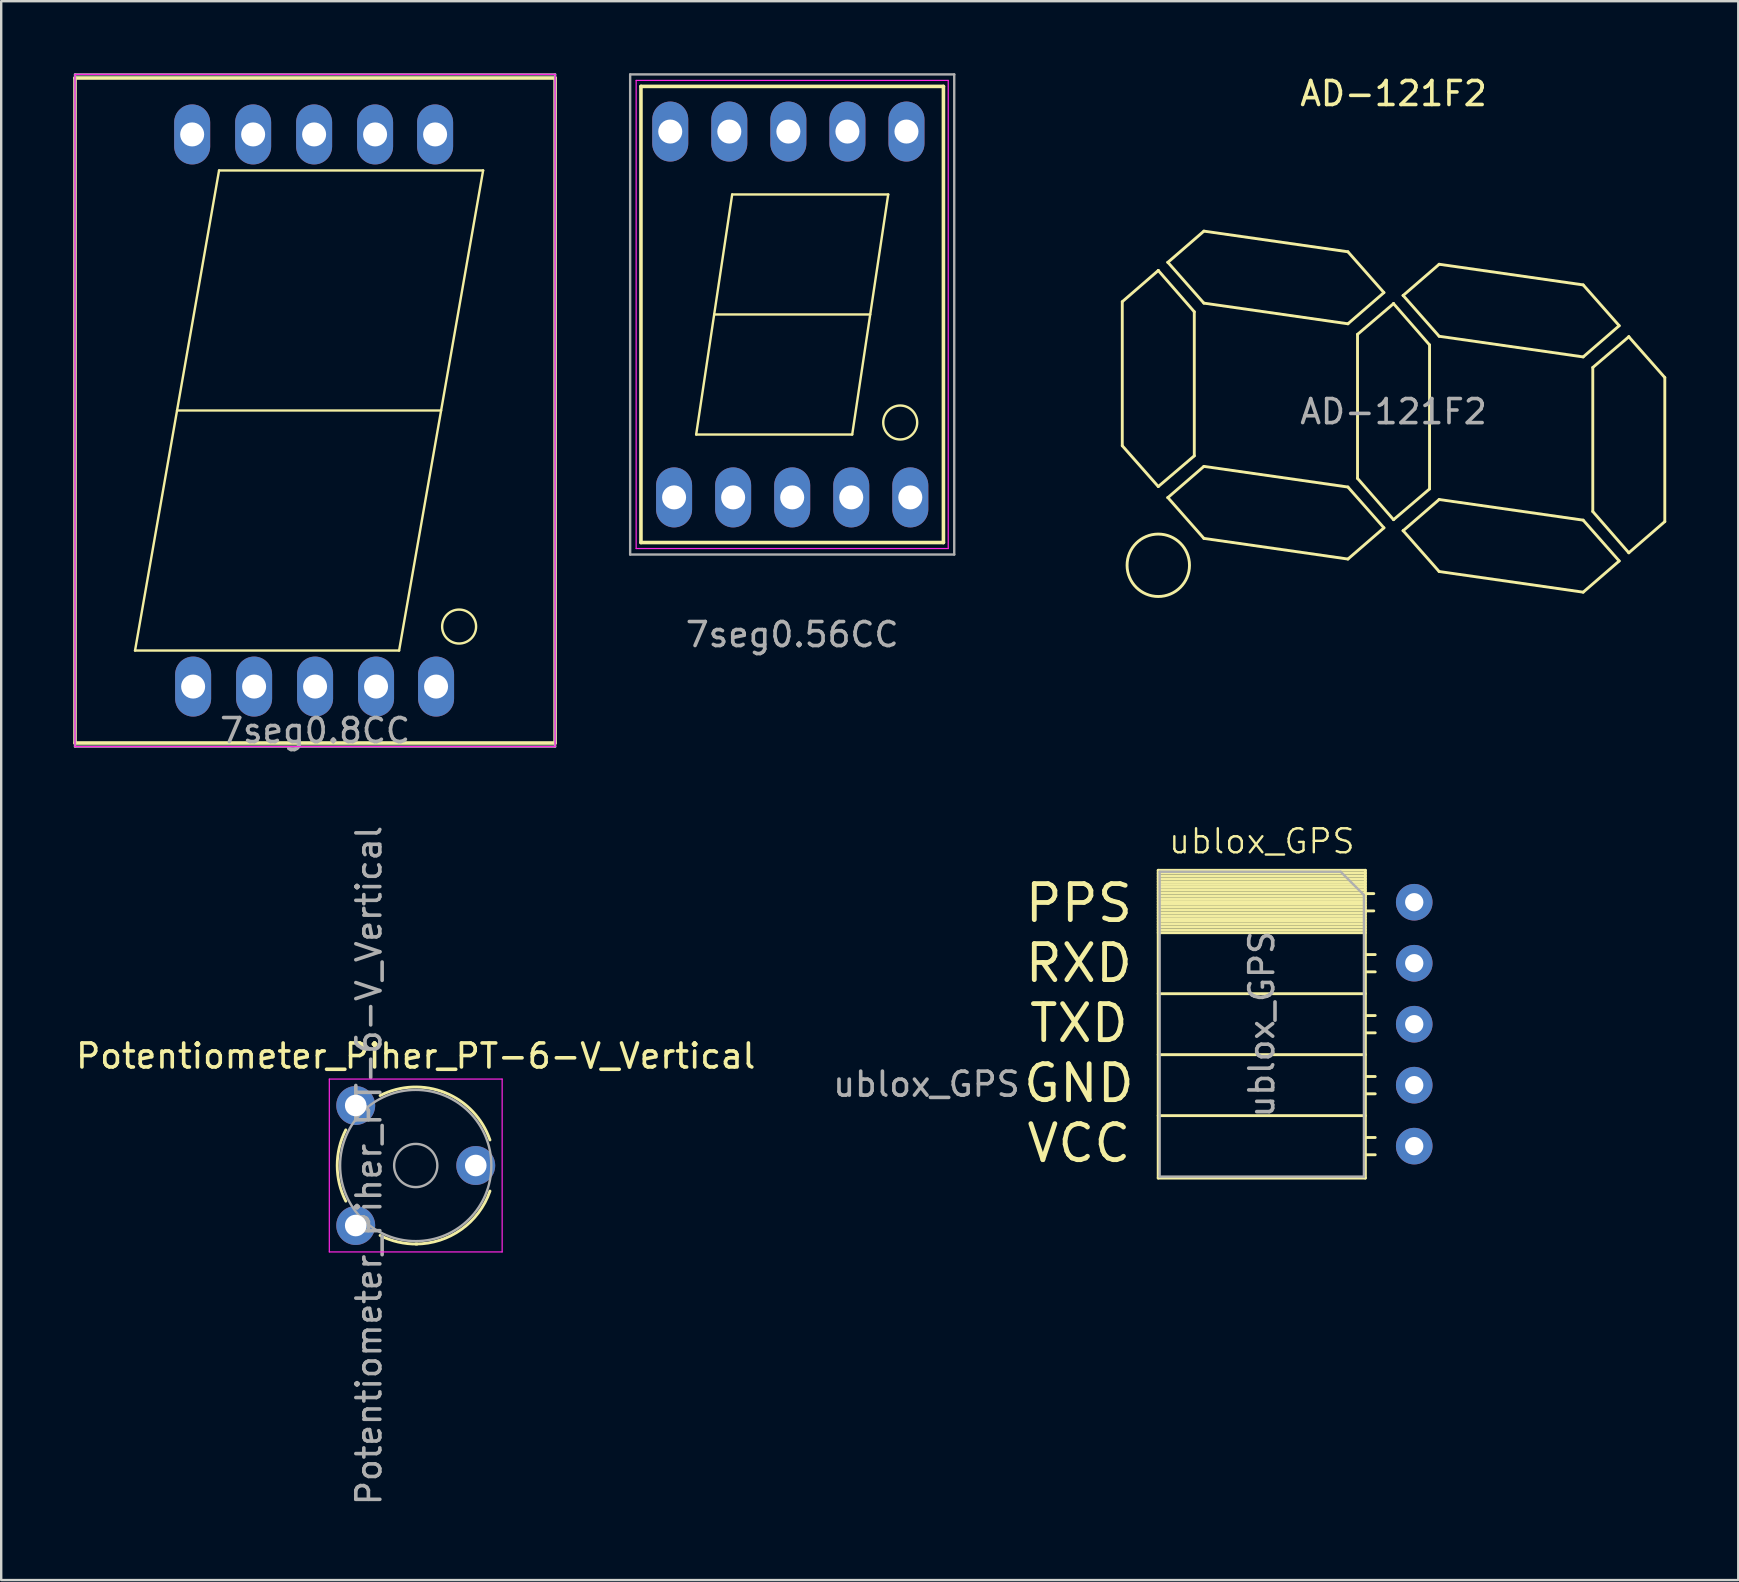
<source format=kicad_pcb>
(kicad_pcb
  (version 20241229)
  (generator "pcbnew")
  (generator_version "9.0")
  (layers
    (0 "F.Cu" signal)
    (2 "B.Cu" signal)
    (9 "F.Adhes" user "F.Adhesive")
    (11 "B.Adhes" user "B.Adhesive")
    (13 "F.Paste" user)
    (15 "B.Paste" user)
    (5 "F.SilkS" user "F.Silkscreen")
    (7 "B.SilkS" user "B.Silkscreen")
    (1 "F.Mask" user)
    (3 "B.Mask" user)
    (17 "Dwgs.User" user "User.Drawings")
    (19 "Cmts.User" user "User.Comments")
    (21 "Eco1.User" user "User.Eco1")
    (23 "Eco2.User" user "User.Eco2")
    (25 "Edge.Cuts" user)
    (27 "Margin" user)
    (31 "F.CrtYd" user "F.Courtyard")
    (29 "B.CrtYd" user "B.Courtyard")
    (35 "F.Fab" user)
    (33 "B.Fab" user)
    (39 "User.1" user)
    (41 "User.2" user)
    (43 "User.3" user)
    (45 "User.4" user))
  (footprint "AD-121F2"
    (layer "F.Cu")
    (at 40 5.348)
    (property "Reference" "AD-121F2" (at 15 -4.5 0) (layer "F.SilkS") (effects (font (size 1 1) (thickness 0.15))))
    (attr through_hole)
    (fp_line (start 3.7 4.17) (end 5.2 2.87) (stroke (width 0.12) (type solid)) (layer "F.SilkS"))
    (fp_line (start 3.7 10.17) (end 3.7 4.17) (stroke (width 0.12) (type solid)) (layer "F.SilkS"))
    (fp_line (start 5.2 2.87) (end 5.2 2.87) (stroke (width 0.12) (type solid)) (layer "F.SilkS"))
    (fp_line (start 5.2 2.87) (end 6.7 4.59) (stroke (width 0.12) (type solid)) (layer "F.SilkS"))
    (fp_line (start 5.2 11.87) (end 3.7 10.17) (stroke (width 0.12) (type solid)) (layer "F.SilkS"))
    (fp_line (start 5.6 2.53) (end 5.6 2.53) (stroke (width 0.12) (type solid)) (layer "F.SilkS"))
    (fp_line (start 5.6 2.53) (end 7.1 4.23) (stroke (width 0.12) (type solid)) (layer "F.SilkS"))
    (fp_line (start 5.6 12.33) (end 5.6 12.33) (stroke (width 0.12) (type solid)) (layer "F.SilkS"))
    (fp_line (start 5.6 12.33) (end 7.1 14.03) (stroke (width 0.12) (type solid)) (layer "F.SilkS"))
    (fp_line (start 6.7 4.59) (end 6.7 10.59) (stroke (width 0.12) (type solid)) (layer "F.SilkS"))
    (fp_line (start 6.7 10.59) (end 5.2 11.87) (stroke (width 0.12) (type solid)) (layer "F.SilkS"))
    (fp_line (start 7.1 1.23) (end 5.6 2.53) (stroke (width 0.12) (type solid)) (layer "F.SilkS"))
    (fp_line (start 7.1 4.23) (end 13.1 5.09) (stroke (width 0.12) (type solid)) (layer "F.SilkS"))
    (fp_line (start 7.1 11.03) (end 5.6 12.33) (stroke (width 0.12) (type solid)) (layer "F.SilkS"))
    (fp_line (start 7.1 14.03) (end 13.1 14.89) (stroke (width 0.12) (type solid)) (layer "F.SilkS"))
    (fp_line (start 13.1 2.09) (end 7.1 1.23) (stroke (width 0.12) (type solid)) (layer "F.SilkS"))
    (fp_line (start 13.1 5.09) (end 14.6 3.79) (stroke (width 0.12) (type solid)) (layer "F.SilkS"))
    (fp_line (start 13.1 11.89) (end 7.1 11.03) (stroke (width 0.12) (type solid)) (layer "F.SilkS"))
    (fp_line (start 13.1 14.89) (end 14.6 13.59) (stroke (width 0.12) (type solid)) (layer "F.SilkS"))
    (fp_line (start 13.5 5.53) (end 15 4.25) (stroke (width 0.12) (type solid)) (layer "F.SilkS"))
    (fp_line (start 13.5 11.53) (end 13.5 5.53) (stroke (width 0.12) (type solid)) (layer "F.SilkS"))
    (fp_line (start 14.6 3.79) (end 13.1 2.09) (stroke (width 0.12) (type solid)) (layer "F.SilkS"))
    (fp_line (start 14.6 13.59) (end 13.1 11.89) (stroke (width 0.12) (type solid)) (layer "F.SilkS"))
    (fp_line (start 15 4.25) (end 15 4.25) (stroke (width 0.12) (type solid)) (layer "F.SilkS"))
    (fp_line (start 15 4.25) (end 16.5 5.97) (stroke (width 0.12) (type solid)) (layer "F.SilkS"))
    (fp_line (start 15 13.25) (end 13.5 11.53) (stroke (width 0.12) (type solid)) (layer "F.SilkS"))
    (fp_line (start 15.4 3.91) (end 15.4 3.91) (stroke (width 0.12) (type solid)) (layer "F.SilkS"))
    (fp_line (start 15.4 3.91) (end 16.9 5.61) (stroke (width 0.12) (type solid)) (layer "F.SilkS"))
    (fp_line (start 15.4 13.71) (end 15.4 13.71) (stroke (width 0.12) (type solid)) (layer "F.SilkS"))
    (fp_line (start 15.4 13.71) (end 16.9 15.41) (stroke (width 0.12) (type solid)) (layer "F.SilkS"))
    (fp_line (start 16.5 5.97) (end 16.5 11.97) (stroke (width 0.12) (type solid)) (layer "F.SilkS"))
    (fp_line (start 16.5 11.97) (end 15 13.25) (stroke (width 0.12) (type solid)) (layer "F.SilkS"))
    (fp_line (start 16.9 2.61) (end 15.4 3.91) (stroke (width 0.12) (type solid)) (layer "F.SilkS"))
    (fp_line (start 16.9 5.61) (end 22.9 6.47) (stroke (width 0.12) (type solid)) (layer "F.SilkS"))
    (fp_line (start 16.9 12.41) (end 15.4 13.71) (stroke (width 0.12) (type solid)) (layer "F.SilkS"))
    (fp_line (start 16.9 15.41) (end 22.9 16.27) (stroke (width 0.12) (type solid)) (layer "F.SilkS"))
    (fp_line (start 22.9 3.47) (end 16.9 2.61) (stroke (width 0.12) (type solid)) (layer "F.SilkS"))
    (fp_line (start 22.9 6.47) (end 24.4 5.17) (stroke (width 0.12) (type solid)) (layer "F.SilkS"))
    (fp_line (start 22.9 13.27) (end 16.9 12.41) (stroke (width 0.12) (type solid)) (layer "F.SilkS"))
    (fp_line (start 22.9 16.27) (end 24.4 14.97) (stroke (width 0.12) (type solid)) (layer "F.SilkS"))
    (fp_line (start 23.3 6.91) (end 24.8 5.63) (stroke (width 0.12) (type solid)) (layer "F.SilkS"))
    (fp_line (start 23.3 12.91) (end 23.3 6.91) (stroke (width 0.12) (type solid)) (layer "F.SilkS"))
    (fp_line (start 24.4 5.17) (end 22.9 3.47) (stroke (width 0.12) (type solid)) (layer "F.SilkS"))
    (fp_line (start 24.4 14.97) (end 22.9 13.27) (stroke (width 0.12) (type solid)) (layer "F.SilkS"))
    (fp_line (start 24.8 5.63) (end 24.8 5.63) (stroke (width 0.12) (type solid)) (layer "F.SilkS"))
    (fp_line (start 24.8 5.63) (end 26.3 7.33) (stroke (width 0.12) (type solid)) (layer "F.SilkS"))
    (fp_line (start 24.8 14.63) (end 23.3 12.91) (stroke (width 0.12) (type solid)) (layer "F.SilkS"))
    (fp_line (start 26.3 7.33) (end 26.3 13.33) (stroke (width 0.12) (type solid)) (layer "F.SilkS"))
    (fp_line (start 26.3 13.33) (end 24.8 14.63) (stroke (width 0.12) (type solid)) (layer "F.SilkS"))
    (fp_circle (center 5.2 15.15) (end 6.5 15.15) (stroke (width 0.12) (type solid)) (fill no) (layer "F.SilkS"))
    (fp_text user "${REFERENCE}" (at 15 8.75 0) (layer "F.Fab") (effects (font (size 1 1) (thickness 0.15)))))
  (footprint "ublox_GPS"
    (layer "F.Cu")
    (at 35.542 39.614)
    (property "Reference" "ublox_GPS" (at 13.97 -7.62 0) (unlocked yes) (layer "F.SilkS") (effects (font (size 1 1) (thickness 0.1))))
    (attr through_hole)
    (fp_line (start 9.655 -6.41) (end 9.655 6.41) (stroke (width 0.12) (type solid)) (layer "F.SilkS"))
    (fp_line (start 9.655 -6.41) (end 18.285 -6.41) (stroke (width 0.12) (type solid)) (layer "F.SilkS"))
    (fp_line (start 9.655 -6.29) (end 18.285 -6.29) (stroke (width 0.12) (type solid)) (layer "F.SilkS"))
    (fp_line (start 9.655 -6.172) (end 18.285 -6.172) (stroke (width 0.12) (type solid)) (layer "F.SilkS"))
    (fp_line (start 9.655 -6.054) (end 18.285 -6.054) (stroke (width 0.12) (type solid)) (layer "F.SilkS"))
    (fp_line (start 9.655 -5.936) (end 18.285 -5.936) (stroke (width 0.12) (type solid)) (layer "F.SilkS"))
    (fp_line (start 9.655 -5.818) (end 18.285 -5.818) (stroke (width 0.12) (type solid)) (layer "F.SilkS"))
    (fp_line (start 9.655 -5.7) (end 18.285 -5.7) (stroke (width 0.12) (type solid)) (layer "F.SilkS"))
    (fp_line (start 9.655 -5.581) (end 18.285 -5.581) (stroke (width 0.12) (type solid)) (layer "F.SilkS"))
    (fp_line (start 9.655 -5.463) (end 18.285 -5.463) (stroke (width 0.12) (type solid)) (layer "F.SilkS"))
    (fp_line (start 9.655 -5.345) (end 18.285 -5.345) (stroke (width 0.12) (type solid)) (layer "F.SilkS"))
    (fp_line (start 9.655 -5.227) (end 18.285 -5.227) (stroke (width 0.12) (type solid)) (layer "F.SilkS"))
    (fp_line (start 9.655 -5.109) (end 18.285 -5.109) (stroke (width 0.12) (type solid)) (layer "F.SilkS"))
    (fp_line (start 9.655 -4.991) (end 18.285 -4.991) (stroke (width 0.12) (type solid)) (layer "F.SilkS"))
    (fp_line (start 9.655 -4.873) (end 18.285 -4.873) (stroke (width 0.12) (type solid)) (layer "F.SilkS"))
    (fp_line (start 9.655 -4.755) (end 18.285 -4.755) (stroke (width 0.12) (type solid)) (layer "F.SilkS"))
    (fp_line (start 9.655 -4.637) (end 18.285 -4.637) (stroke (width 0.12) (type solid)) (layer "F.SilkS"))
    (fp_line (start 9.655 -4.519) (end 18.285 -4.519) (stroke (width 0.12) (type solid)) (layer "F.SilkS"))
    (fp_line (start 9.655 -4.4) (end 18.285 -4.4) (stroke (width 0.12) (type solid)) (layer "F.SilkS"))
    (fp_line (start 9.655 -4.282) (end 18.285 -4.282) (stroke (width 0.12) (type solid)) (layer "F.SilkS"))
    (fp_line (start 9.655 -4.164) (end 18.285 -4.164) (stroke (width 0.12) (type solid)) (layer "F.SilkS"))
    (fp_line (start 9.655 -4.046) (end 18.285 -4.046) (stroke (width 0.12) (type solid)) (layer "F.SilkS"))
    (fp_line (start 9.655 -3.928) (end 18.285 -3.928) (stroke (width 0.12) (type solid)) (layer "F.SilkS"))
    (fp_line (start 9.655 -3.81) (end 18.285 -3.81) (stroke (width 0.12) (type solid)) (layer "F.SilkS"))
    (fp_line (start 9.655 -1.27) (end 18.285 -1.27) (stroke (width 0.12) (type solid)) (layer "F.SilkS"))
    (fp_line (start 9.655 1.27) (end 18.285 1.27) (stroke (width 0.12) (type solid)) (layer "F.SilkS"))
    (fp_line (start 9.655 3.81) (end 18.285 3.81) (stroke (width 0.12) (type solid)) (layer "F.SilkS"))
    (fp_line (start 9.655 6.41) (end 18.285 6.41) (stroke (width 0.12) (type solid)) (layer "F.SilkS"))
    (fp_line (start 18.285 -6.41) (end 18.285 6.41) (stroke (width 0.12) (type solid)) (layer "F.SilkS"))
    (fp_line (start 18.285 -5.44) (end 18.635 -5.44) (stroke (width 0.12) (type solid)) (layer "F.SilkS"))
    (fp_line (start 18.285 -4.72) (end 18.635 -4.72) (stroke (width 0.12) (type solid)) (layer "F.SilkS"))
    (fp_line (start 18.285 -2.9) (end 18.695 -2.9) (stroke (width 0.12) (type solid)) (layer "F.SilkS"))
    (fp_line (start 18.285 -2.18) (end 18.695 -2.18) (stroke (width 0.12) (type solid)) (layer "F.SilkS"))
    (fp_line (start 18.285 -0.36) (end 18.695 -0.36) (stroke (width 0.12) (type solid)) (layer "F.SilkS"))
    (fp_line (start 18.285 0.36) (end 18.695 0.36) (stroke (width 0.12) (type solid)) (layer "F.SilkS"))
    (fp_line (start 18.285 2.18) (end 18.695 2.18) (stroke (width 0.12) (type solid)) (layer "F.SilkS"))
    (fp_line (start 18.285 2.9) (end 18.695 2.9) (stroke (width 0.12) (type solid)) (layer "F.SilkS"))
    (fp_line (start 18.285 4.72) (end 18.695 4.72) (stroke (width 0.12) (type solid)) (layer "F.SilkS"))
    (fp_line (start 18.285 5.44) (end 18.695 5.44) (stroke (width 0.12) (type solid)) (layer "F.SilkS"))
    (fp_line (start 9.715 -6.35) (end 17.255 -6.35) (stroke (width 0.1) (type solid)) (layer "F.Fab"))
    (fp_line (start 9.715 6.35) (end 9.715 -6.35) (stroke (width 0.1) (type solid)) (layer "F.Fab"))
    (fp_line (start 17.255 -6.35) (end 18.225 -5.38) (stroke (width 0.1) (type solid)) (layer "F.Fab"))
    (fp_line (start 18.225 -5.38) (end 18.225 6.35) (stroke (width 0.1) (type solid)) (layer "F.Fab"))
    (fp_line (start 18.225 6.35) (end 9.715 6.35) (stroke (width 0.1) (type solid)) (layer "F.Fab"))
    (fp_text user "GND" (at 6.35 2.46 0) (layer "F.SilkS") (effects (font (size 1.5 1.5) (thickness 0.2))))
    (fp_text user "RXD" (at 6.35 -2.54 0) (layer "F.SilkS") (effects (font (size 1.5 1.5) (thickness 0.2))))
    (fp_text user "PPS" (at 6.35 -5.04 0) (layer "F.SilkS") (effects (font (size 1.5 1.5) (thickness 0.2))))
    (fp_text user "VCC" (at 6.35 4.96 0) (layer "F.SilkS") (effects (font (size 1.5 1.5) (thickness 0.2))))
    (fp_text user "TXD" (at 6.35 -0.04 0) (layer "F.SilkS") (effects (font (size 1.5 1.5) (thickness 0.2))))
    (fp_text user "${REFERENCE}" (at 0 2.5 0) (unlocked yes) (layer "F.Fab") (effects (font (size 1 1) (thickness 0.15))))
    (fp_text user "${REFERENCE}" (at 13.97 0 90) (layer "F.Fab") (effects (font (size 1 1) (thickness 0.15))))
    (pad "1" thru_hole circle (at 20.32 -5.08) (size 1.524 1.524) (drill 0.762) (layers "*.Cu" "*.Mask"))
    (pad "2" thru_hole circle (at 20.32 -2.54) (size 1.524 1.524) (drill 0.762) (layers "*.Cu" "*.Mask"))
    (pad "3" thru_hole circle (at 20.32 0) (size 1.524 1.524) (drill 0.762) (layers "*.Cu" "*.Mask"))
    (pad "4" thru_hole circle (at 20.32 2.54) (size 1.524 1.524) (drill 0.762) (layers "*.Cu" "*.Mask"))
    (pad "5" thru_hole circle (at 20.32 5.08) (size 1.524 1.524) (drill 0.762) (layers "*.Cu" "*.Mask")))
  (footprint "7seg0.8CC"
    (layer "F.Cu")
    (at 10.075 14.05)
    (property "Reference" "7seg0.8CC" (at 0 13.335 0) (layer "F.Fab") (effects (font (size 1 1) (thickness 0.15))))
    (attr through_hole)
    (fp_line (start -10 -13.85) (end 10 -13.85) (stroke (width 0.15) (type solid)) (layer "F.SilkS"))
    (fp_line (start -10 13.85) (end -10 -13.85) (stroke (width 0.15) (type solid)) (layer "F.SilkS"))
    (fp_line (start -5.75 0) (end 5.25 0) (stroke (width 0.1) (type default)) (layer "F.SilkS"))
    (fp_line (start -4 -10) (end -7.5 10) (stroke (width 0.1) (type default)) (layer "F.SilkS"))
    (fp_line (start -4 -10) (end 7 -10) (stroke (width 0.1) (type default)) (layer "F.SilkS"))
    (fp_line (start 3.5 10) (end -7.5 10) (stroke (width 0.1) (type default)) (layer "F.SilkS"))
    (fp_line (start 7 -10) (end 3.5 10) (stroke (width 0.1) (type default)) (layer "F.SilkS"))
    (fp_line (start 10 -13.85) (end 10 13.85) (stroke (width 0.15) (type solid)) (layer "F.SilkS"))
    (fp_line (start 10 13.85) (end -10 13.85) (stroke (width 0.15) (type solid)) (layer "F.SilkS"))
    (fp_circle (center 6 9) (end 6.5 9.5) (stroke (width 0.1) (type default)) (fill no) (layer "F.SilkS"))
    (fp_line (start -10 -14) (end 10 -14) (stroke (width 0.05) (type default)) (layer "F.CrtYd"))
    (fp_line (start -10 14) (end -10 -14) (stroke (width 0.05) (type default)) (layer "F.CrtYd"))
    (fp_line (start 10 -14) (end 10 14) (stroke (width 0.05) (type default)) (layer "F.CrtYd"))
    (fp_line (start 10 14) (end -10 14) (stroke (width 0.05) (type default)) (layer "F.CrtYd"))
    (fp_line (start -10 -14) (end 10 -14) (stroke (width 0.1) (type default)) (layer "F.Fab"))
    (fp_line (start -10 14) (end -10 -14) (stroke (width 0.1) (type default)) (layer "F.Fab"))
    (fp_line (start 10 -14) (end 10 14) (stroke (width 0.1) (type default)) (layer "F.Fab"))
    (fp_line (start 10 14) (end -10 14) (stroke (width 0.1) (type default)) (layer "F.Fab"))
    (pad "1" thru_hole oval (at -5.08 11.5 180) (size 1.5 2.5) (drill 1) (layers "*.Cu" "*.Mask"))
    (pad "2" thru_hole oval (at -2.54 11.5 180) (size 1.5 2.5) (drill 1) (layers "*.Cu" "*.Mask"))
    (pad "3" thru_hole oval (at 0 11.5 180) (size 1.5 2.5) (drill 1) (layers "*.Cu" "*.Mask"))
    (pad "4" thru_hole oval (at 2.54 11.5 180) (size 1.5 2.5) (drill 1) (layers "*.Cu" "*.Mask"))
    (pad "5" thru_hole oval (at 5.04 11.5 180) (size 1.5 2.5) (drill 1) (layers "*.Cu" "*.Mask"))
    (pad "6" thru_hole oval (at 5 -11.5 180) (size 1.5 2.5) (drill 1) (layers "*.Cu" "*.Mask"))
    (pad "7" thru_hole oval (at 2.5 -11.5 180) (size 1.5 2.5) (drill 1) (layers "*.Cu" "*.Mask"))
    (pad "8" thru_hole oval (at -0.04 -11.5 180) (size 1.5 2.5) (drill 1) (layers "*.Cu" "*.Mask"))
    (pad "9" thru_hole oval (at -2.58 -11.5 180) (size 1.5 2.5) (drill 1) (layers "*.Cu" "*.Mask"))
    (pad "10" thru_hole oval (at -5.12 -11.5 180) (size 1.5 2.5) (drill 1) (layers "*.Cu" "*.Mask")))
  (footprint "Potentiometer_Piher_PT-6-V_Vertical"
    (layer "F.Cu")
    (at 11.768 48.001)
    (property "Reference" "Potentiometer_Piher_PT-6-V_Vertical" (at 2.5 -7.06 0) (layer "F.SilkS") (effects (font (size 1 1) (thickness 0.15))))
    (attr through_hole)
    (fp_arc (start -0.413387 -1.014798) (mid -0.770114 -2.499325) (end -0.414 -3.984) (stroke (width 0.12) (type solid)) (layer "F.SilkS"))
    (fp_arc (start 1.016032 -5.413829) (mid 3.725524 -5.531609) (end 5.592 -3.564) (stroke (width 0.12) (type solid)) (layer "F.SilkS"))
    (fp_arc (start 2.556863 0.770075) (mid 1.764071 0.686696) (end 1.015 0.414) (stroke (width 0.12) (type solid)) (layer "F.SilkS"))
    (fp_arc (start 5.591846 -1.435392) (mid 4.398899 0.162158) (end 2.5 0.77) (stroke (width 0.12) (type solid)) (layer "F.SilkS"))
    (fp_line (start -1.1 -6.1) (end -1.1 1.1) (stroke (width 0.05) (type solid)) (layer "F.CrtYd"))
    (fp_line (start -1.1 1.1) (end 6.1 1.1) (stroke (width 0.05) (type solid)) (layer "F.CrtYd"))
    (fp_line (start 6.1 -6.1) (end -1.1 -6.1) (stroke (width 0.05) (type solid)) (layer "F.CrtYd"))
    (fp_line (start 6.1 1.1) (end 6.1 -6.1) (stroke (width 0.05) (type solid)) (layer "F.CrtYd"))
    (fp_circle (center 2.5 -2.5) (end 3.4 -2.5) (stroke (width 0.1) (type solid)) (fill no) (layer "F.Fab"))
    (fp_circle (center 2.5 -2.5) (end 5.65 -2.5) (stroke (width 0.1) (type solid)) (fill no) (layer "F.Fab"))
    (fp_text user "${REFERENCE}" (at 0.55 -2.5 90) (layer "F.Fab") (effects (font (size 1 1) (thickness 0.15))))
    (pad "1" thru_hole circle (at 0 0) (size 1.62 1.62) (drill 0.9) (layers "*.Cu" "*.Mask"))
    (pad "2" thru_hole circle (at 5 -2.5) (size 1.62 1.62) (drill 0.9) (layers "*.Cu" "*.Mask"))
    (pad "3" thru_hole circle (at 0 -5) (size 1.62 1.62) (drill 0.9) (layers "*.Cu" "*.Mask")))
  (footprint "7seg0.56CC"
    (layer "F.Cu")
    (at 29.95 10.05)
    (property "Reference" "7seg0.56CC" (at 0 13.335 0) (layer "F.Fab") (effects (font (size 1 1) (thickness 0.15))))
    (attr through_hole)
    (fp_line (start -6.3 -9.5) (end 6.3 -9.5) (stroke (width 0.15) (type solid)) (layer "F.SilkS"))
    (fp_line (start -6.3 9.5) (end -6.3 -9.5) (stroke (width 0.15) (type solid)) (layer "F.SilkS"))
    (fp_line (start -3.25 0) (end 3.25 0) (stroke (width 0.1) (type default)) (layer "F.SilkS"))
    (fp_line (start -2.5 -5) (end -4 5) (stroke (width 0.1) (type default)) (layer "F.SilkS"))
    (fp_line (start -2.5 -5) (end 4 -5) (stroke (width 0.1) (type default)) (layer "F.SilkS"))
    (fp_line (start 2.5 5) (end -4 5) (stroke (width 0.1) (type default)) (layer "F.SilkS"))
    (fp_line (start 4 -5) (end 2.5 5) (stroke (width 0.1) (type default)) (layer "F.SilkS"))
    (fp_line (start 6.3 -9.5) (end 6.3 9.5) (stroke (width 0.15) (type solid)) (layer "F.SilkS"))
    (fp_line (start 6.3 9.5) (end -6.3 9.5) (stroke (width 0.15) (type solid)) (layer "F.SilkS"))
    (fp_circle (center 4.5 4.5) (end 5 5) (stroke (width 0.1) (type default)) (fill no) (layer "F.SilkS"))
    (fp_line (start -6.5 -9.75) (end 6.5 -9.75) (stroke (width 0.05) (type default)) (layer "F.CrtYd"))
    (fp_line (start -6.5 9.75) (end -6.5 -9.75) (stroke (width 0.05) (type default)) (layer "F.CrtYd"))
    (fp_line (start 6.5 -9.75) (end 6.5 9.75) (stroke (width 0.05) (type default)) (layer "F.CrtYd"))
    (fp_line (start 6.5 9.75) (end -6.5 9.75) (stroke (width 0.05) (type default)) (layer "F.CrtYd"))
    (fp_line (start -6.75 -10) (end 6.75 -10) (stroke (width 0.1) (type default)) (layer "F.Fab"))
    (fp_line (start -6.75 10) (end -6.75 -10) (stroke (width 0.1) (type default)) (layer "F.Fab"))
    (fp_line (start 6.75 -10) (end 6.75 10) (stroke (width 0.1) (type default)) (layer "F.Fab"))
    (fp_line (start 6.75 10) (end -6.75 10) (stroke (width 0.1) (type default)) (layer "F.Fab"))
    (pad "1" thru_hole oval (at -4.92 7.62 180) (size 1.5 2.5) (drill 1) (layers "*.Cu" "*.Mask"))
    (pad "2" thru_hole oval (at -2.46 7.62 180) (size 1.5 2.5) (drill 1) (layers "*.Cu" "*.Mask"))
    (pad "3" thru_hole oval (at 0 7.62 180) (size 1.5 2.5) (drill 1) (layers "*.Cu" "*.Mask"))
    (pad "4" thru_hole oval (at 2.46 7.62 180) (size 1.5 2.5) (drill 1) (layers "*.Cu" "*.Mask"))
    (pad "5" thru_hole oval (at 4.92 7.62 180) (size 1.5 2.5) (drill 1) (layers "*.Cu" "*.Mask"))
    (pad "6" thru_hole oval (at 4.76 -7.62 180) (size 1.5 2.5) (drill 1) (layers "*.Cu" "*.Mask"))
    (pad "7" thru_hole oval (at 2.3 -7.62 180) (size 1.5 2.5) (drill 1) (layers "*.Cu" "*.Mask"))
    (pad "8" thru_hole oval (at -0.16 -7.62 180) (size 1.5 2.5) (drill 1) (layers "*.Cu" "*.Mask"))
    (pad "9" thru_hole oval (at -2.62 -7.62 180) (size 1.5 2.5) (drill 1) (layers "*.Cu" "*.Mask"))
    (pad "10" thru_hole oval (at -5.08 -7.62 180) (size 1.5 2.5) (drill 1) (layers "*.Cu" "*.Mask")))
  (gr_rect
    (start -3 -3)
    (end 69.36 62.769)
    (stroke (width 0.1) (type default))
    (fill no)
    (layer "Edge.Cuts")))
</source>
